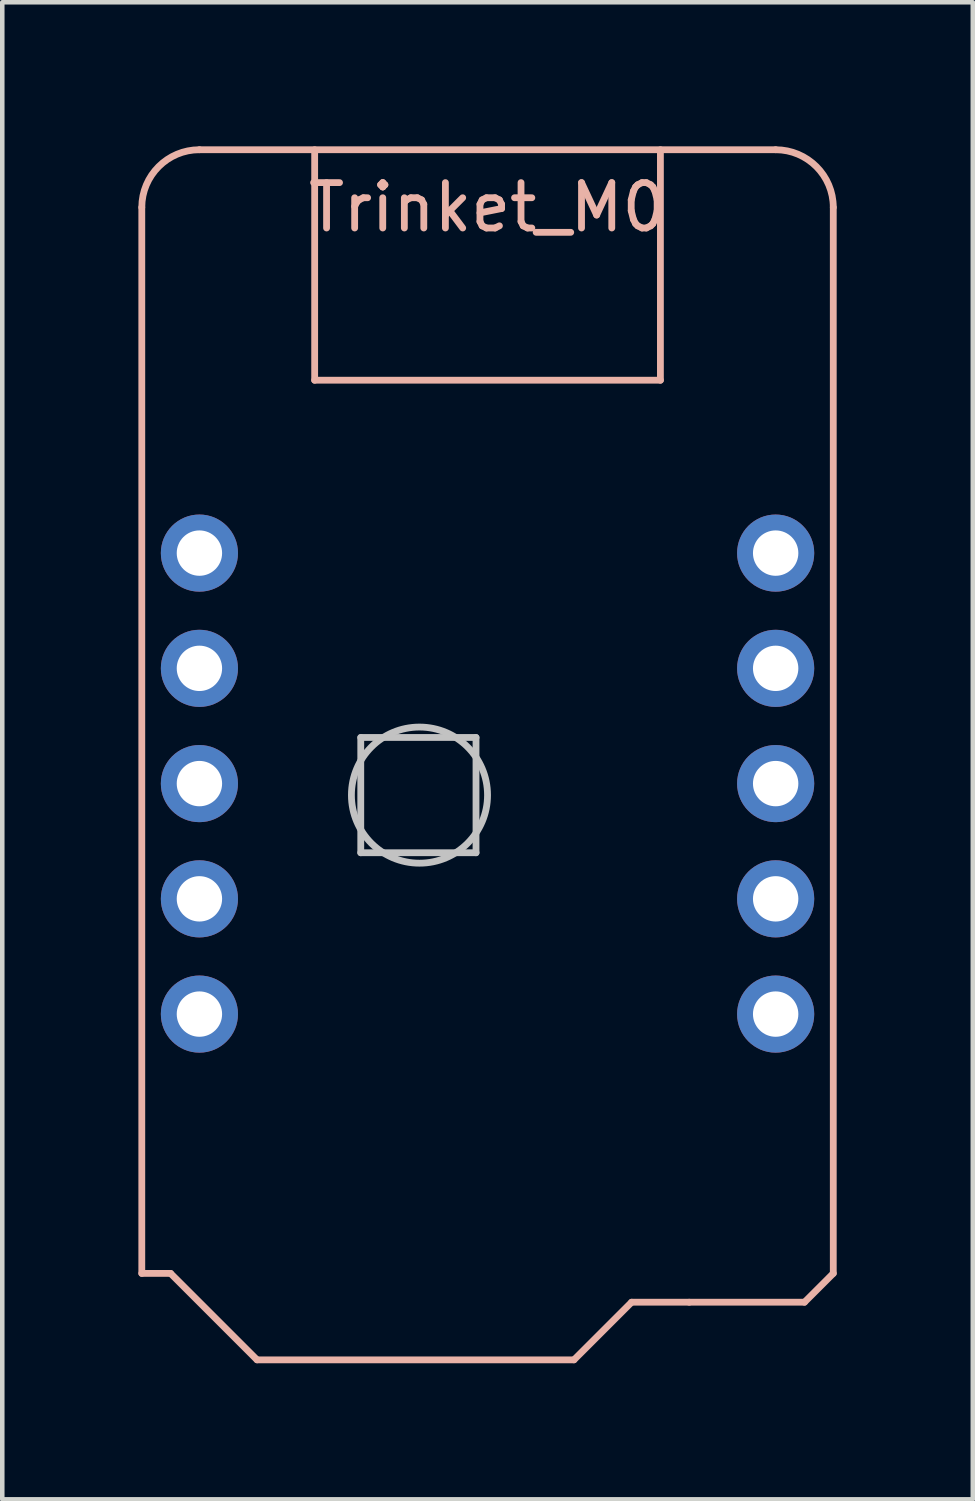
<source format=kicad_pcb>
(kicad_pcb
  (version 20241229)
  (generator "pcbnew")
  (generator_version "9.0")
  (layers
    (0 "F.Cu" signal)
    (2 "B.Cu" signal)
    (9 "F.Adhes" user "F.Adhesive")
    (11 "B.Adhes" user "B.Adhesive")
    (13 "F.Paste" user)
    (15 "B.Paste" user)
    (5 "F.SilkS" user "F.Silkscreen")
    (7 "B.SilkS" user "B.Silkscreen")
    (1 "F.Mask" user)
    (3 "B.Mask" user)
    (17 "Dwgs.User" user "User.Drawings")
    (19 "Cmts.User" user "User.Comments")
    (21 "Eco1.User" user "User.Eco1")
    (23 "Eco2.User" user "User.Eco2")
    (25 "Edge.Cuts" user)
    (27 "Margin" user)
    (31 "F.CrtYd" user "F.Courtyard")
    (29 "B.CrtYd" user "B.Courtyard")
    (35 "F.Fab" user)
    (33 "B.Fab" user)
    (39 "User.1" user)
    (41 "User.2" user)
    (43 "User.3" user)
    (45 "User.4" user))
  (footprint "Trinket_M0"
    (layer "F.Cu")
    (at 7.695 0.25)
    (property "Reference" "Trinket_M0" (at 0 1.27 0) (layer "B.SilkS") (effects (font (size 1 1) (thickness 0.15))))
    (attr through_hole)
    (fp_line (start -7.62 24.765) (end -7.62 1.27) (stroke (width 0.15) (type solid)) (layer "B.SilkS"))
    (fp_line (start -6.985 24.765) (end -7.62 24.765) (stroke (width 0.15) (type solid)) (layer "B.SilkS"))
    (fp_line (start -6.35 0) (end 6.35 0) (stroke (width 0.15) (type solid)) (layer "B.SilkS"))
    (fp_line (start -5.08 26.67) (end -6.985 24.765) (stroke (width 0.15) (type solid)) (layer "B.SilkS"))
    (fp_line (start -3.81 0) (end -3.81 5.08) (stroke (width 0.15) (type solid)) (layer "B.SilkS"))
    (fp_line (start -3.81 5.08) (end 3.81 5.08) (stroke (width 0.15) (type solid)) (layer "B.SilkS"))
    (fp_line (start 1.905 26.67) (end -5.08 26.67) (stroke (width 0.15) (type solid)) (layer "B.SilkS"))
    (fp_line (start 3.175 25.4) (end 1.905 26.67) (stroke (width 0.15) (type solid)) (layer "B.SilkS"))
    (fp_line (start 3.81 5.08) (end 3.81 0) (stroke (width 0.15) (type solid)) (layer "B.SilkS"))
    (fp_line (start 4.445 25.4) (end 3.175 25.4) (stroke (width 0.15) (type solid)) (layer "B.SilkS"))
    (fp_line (start 6.985 25.4) (end 4.445 25.4) (stroke (width 0.15) (type solid)) (layer "B.SilkS"))
    (fp_line (start 7.62 24.765) (end 6.985 25.4) (stroke (width 0.15) (type solid)) (layer "B.SilkS"))
    (fp_line (start 7.62 24.765) (end 7.62 1.27) (stroke (width 0.15) (type solid)) (layer "B.SilkS"))
    (fp_arc (start -7.62 1.27) (mid -7.248026 0.371974) (end -6.35 0) (stroke (width 0.15) (type solid)) (layer "B.SilkS"))
    (fp_arc (start 6.35 0) (mid 7.248026 0.371974) (end 7.62 1.27) (stroke (width 0.15) (type solid)) (layer "B.SilkS"))
    (fp_line (start -2.794 12.954) (end -2.794 15.494) (stroke (width 0.15) (type solid)) (layer "Dwgs.User"))
    (fp_line (start -2.794 15.494) (end -0.254 15.494) (stroke (width 0.15) (type solid)) (layer "Dwgs.User"))
    (fp_line (start -0.254 12.954) (end -2.794 12.954) (stroke (width 0.15) (type solid)) (layer "Dwgs.User"))
    (fp_line (start -0.254 15.494) (end -0.254 12.954) (stroke (width 0.15) (type solid)) (layer "Dwgs.User"))
    (fp_circle (center -1.5 14.224) (end -3 14.224) (stroke (width 0.15) (type solid)) (fill no) (layer "Dwgs.User"))
    (pad "1" thru_hole circle (at -6.35 8.89) (size 1.7 1.7) (drill 1) (layers "*.Cu" "*.Mask"))
    (pad "2" thru_hole circle (at -6.35 11.43) (size 1.7 1.7) (drill 1) (layers "*.Cu" "*.Mask"))
    (pad "3" thru_hole circle (at -6.35 13.97) (size 1.7 1.7) (drill 1) (layers "*.Cu" "*.Mask"))
    (pad "4" thru_hole circle (at -6.35 16.51) (size 1.7 1.7) (drill 1) (layers "*.Cu" "*.Mask"))
    (pad "5" thru_hole circle (at -6.35 19.05) (size 1.7 1.7) (drill 1) (layers "*.Cu" "*.Mask"))
    (pad "6" thru_hole circle (at 6.35 19.05) (size 1.7 1.7) (drill 1) (layers "*.Cu" "*.Mask"))
    (pad "7" thru_hole circle (at 6.35 16.51) (size 1.7 1.7) (drill 1) (layers "*.Cu" "*.Mask"))
    (pad "8" thru_hole circle (at 6.35 13.97) (size 1.7 1.7) (drill 1) (layers "*.Cu" "*.Mask"))
    (pad "9" thru_hole circle (at 6.35 11.43) (size 1.7 1.7) (drill 1) (layers "*.Cu" "*.Mask"))
    (pad "10" thru_hole circle (at 6.35 8.89) (size 1.7 1.7) (drill 1) (layers "*.Cu" "*.Mask")))
  (gr_rect
    (start -3 -3)
    (end 18.39 29.995)
    (stroke (width 0.1) (type default))
    (fill no)
    (layer "Edge.Cuts")))
</source>
